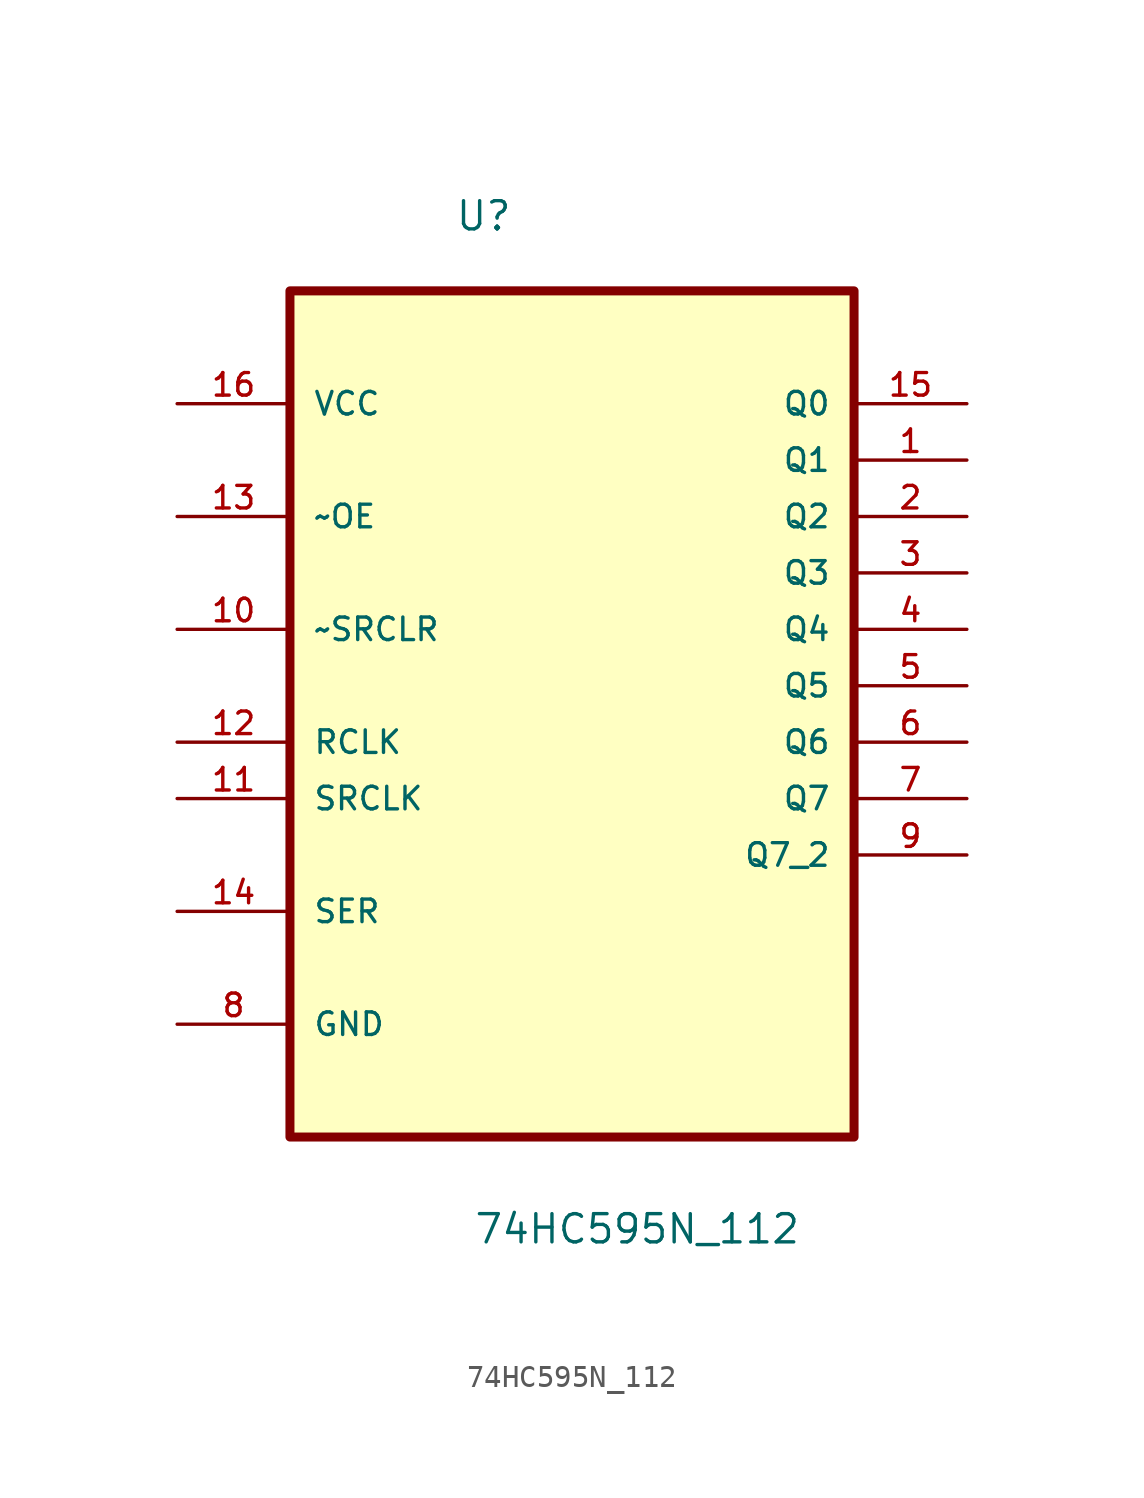
<source format=kicad_sym>
(kicad_symbol_lib
  (version 20220914)
  (generator kicad_symbol_editor)
  (symbol "74HC595N_112"
    (pin_names
      (offset 1.016))
    (property "Reference" "U"
      (at -5.287 17.868 0)
      (effects (font (size 1.27 1.27)) (justify left bottom)))
    (property "Value" "74HC595N_112"
      (at -4.45 -27.744 0)
      (effects (font (size 1.27 1.27)) (justify left bottom)))
    (symbol "74HC595N_112_0_0"
      (rectangle (start -12.7 -22.86) (end 12.7 15.24) (stroke (width 0.406) (type default)) (fill (type background)))
      (pin output line (at 17.78 7.62 180) (length 5.08) (name "Q1" (effects (font (size 1.016 1.016)))) (number "1" (effects (font (size 1.016 1.016)))))
      (pin input line (at -17.78 5.08 0) (length 5.08) (name "~OE" (effects (font (size 1.016 1.016)))) (number "13" (effects (font (size 1.016 1.016)))))
      (pin output line (at 17.78 10.16 180) (length 5.08) (name "Q0" (effects (font (size 1.016 1.016)))) (number "15" (effects (font (size 1.016 1.016)))))
      (pin power_in line (at -17.78 10.16 0) (length 5.08) (name "VCC" (effects (font (size 1.016 1.016)))) (number "16" (effects (font (size 1.016 1.016)))))
      (pin output line (at 17.78 5.08 180) (length 5.08) (name "Q2" (effects (font (size 1.016 1.016)))) (number "2" (effects (font (size 1.016 1.016)))))
      (pin output line (at 17.78 2.54 180) (length 5.08) (name "Q3" (effects (font (size 1.016 1.016)))) (number "3" (effects (font (size 1.016 1.016)))))
      (pin output line (at 17.78 0 180) (length 5.08) (name "Q4" (effects (font (size 1.016 1.016)))) (number "4" (effects (font (size 1.016 1.016)))))
      (pin output line (at 17.78 -2.54 180) (length 5.08) (name "Q5" (effects (font (size 1.016 1.016)))) (number "5" (effects (font (size 1.016 1.016)))))
      (pin output line (at 17.78 -5.08 180) (length 5.08) (name "Q6" (effects (font (size 1.016 1.016)))) (number "6" (effects (font (size 1.016 1.016)))))
      (pin output line (at 17.78 -7.62 180) (length 5.08) (name "Q7" (effects (font (size 1.016 1.016)))) (number "7" (effects (font (size 1.016 1.016)))))
      (pin passive line (at -17.78 -17.78 0) (length 5.08) (name "GND" (effects (font (size 1.016 1.016)))) (number "8" (effects (font (size 1.016 1.016)))))
      (pin output line (at 17.78 -10.16 180) (length 5.08) (name "Q7_2" (effects (font (size 1.016 1.016)))) (number "9" (effects (font (size 1.016 1.016))))))
    (symbol "74HC595N_112_1_0"
      (pin input line (at -17.78 0 0) (length 5.08) (name "~SRCLR" (effects (font (size 1.016 1.016)))) (number "10" (effects (font (size 1.016 1.016)))))
      (pin input line (at -17.78 -7.62 0) (length 5.08) (name "SRCLK" (effects (font (size 1.016 1.016)))) (number "11" (effects (font (size 1.016 1.016)))))
      (pin input line (at -17.78 -5.08 0) (length 5.08) (name "RCLK" (effects (font (size 1.016 1.016)))) (number "12" (effects (font (size 1.016 1.016)))))
      (pin input line (at -17.78 -12.7 0) (length 5.08) (name "SER" (effects (font (size 1.016 1.016)))) (number "14" (effects (font (size 1.016 1.016))))))))
</source>
